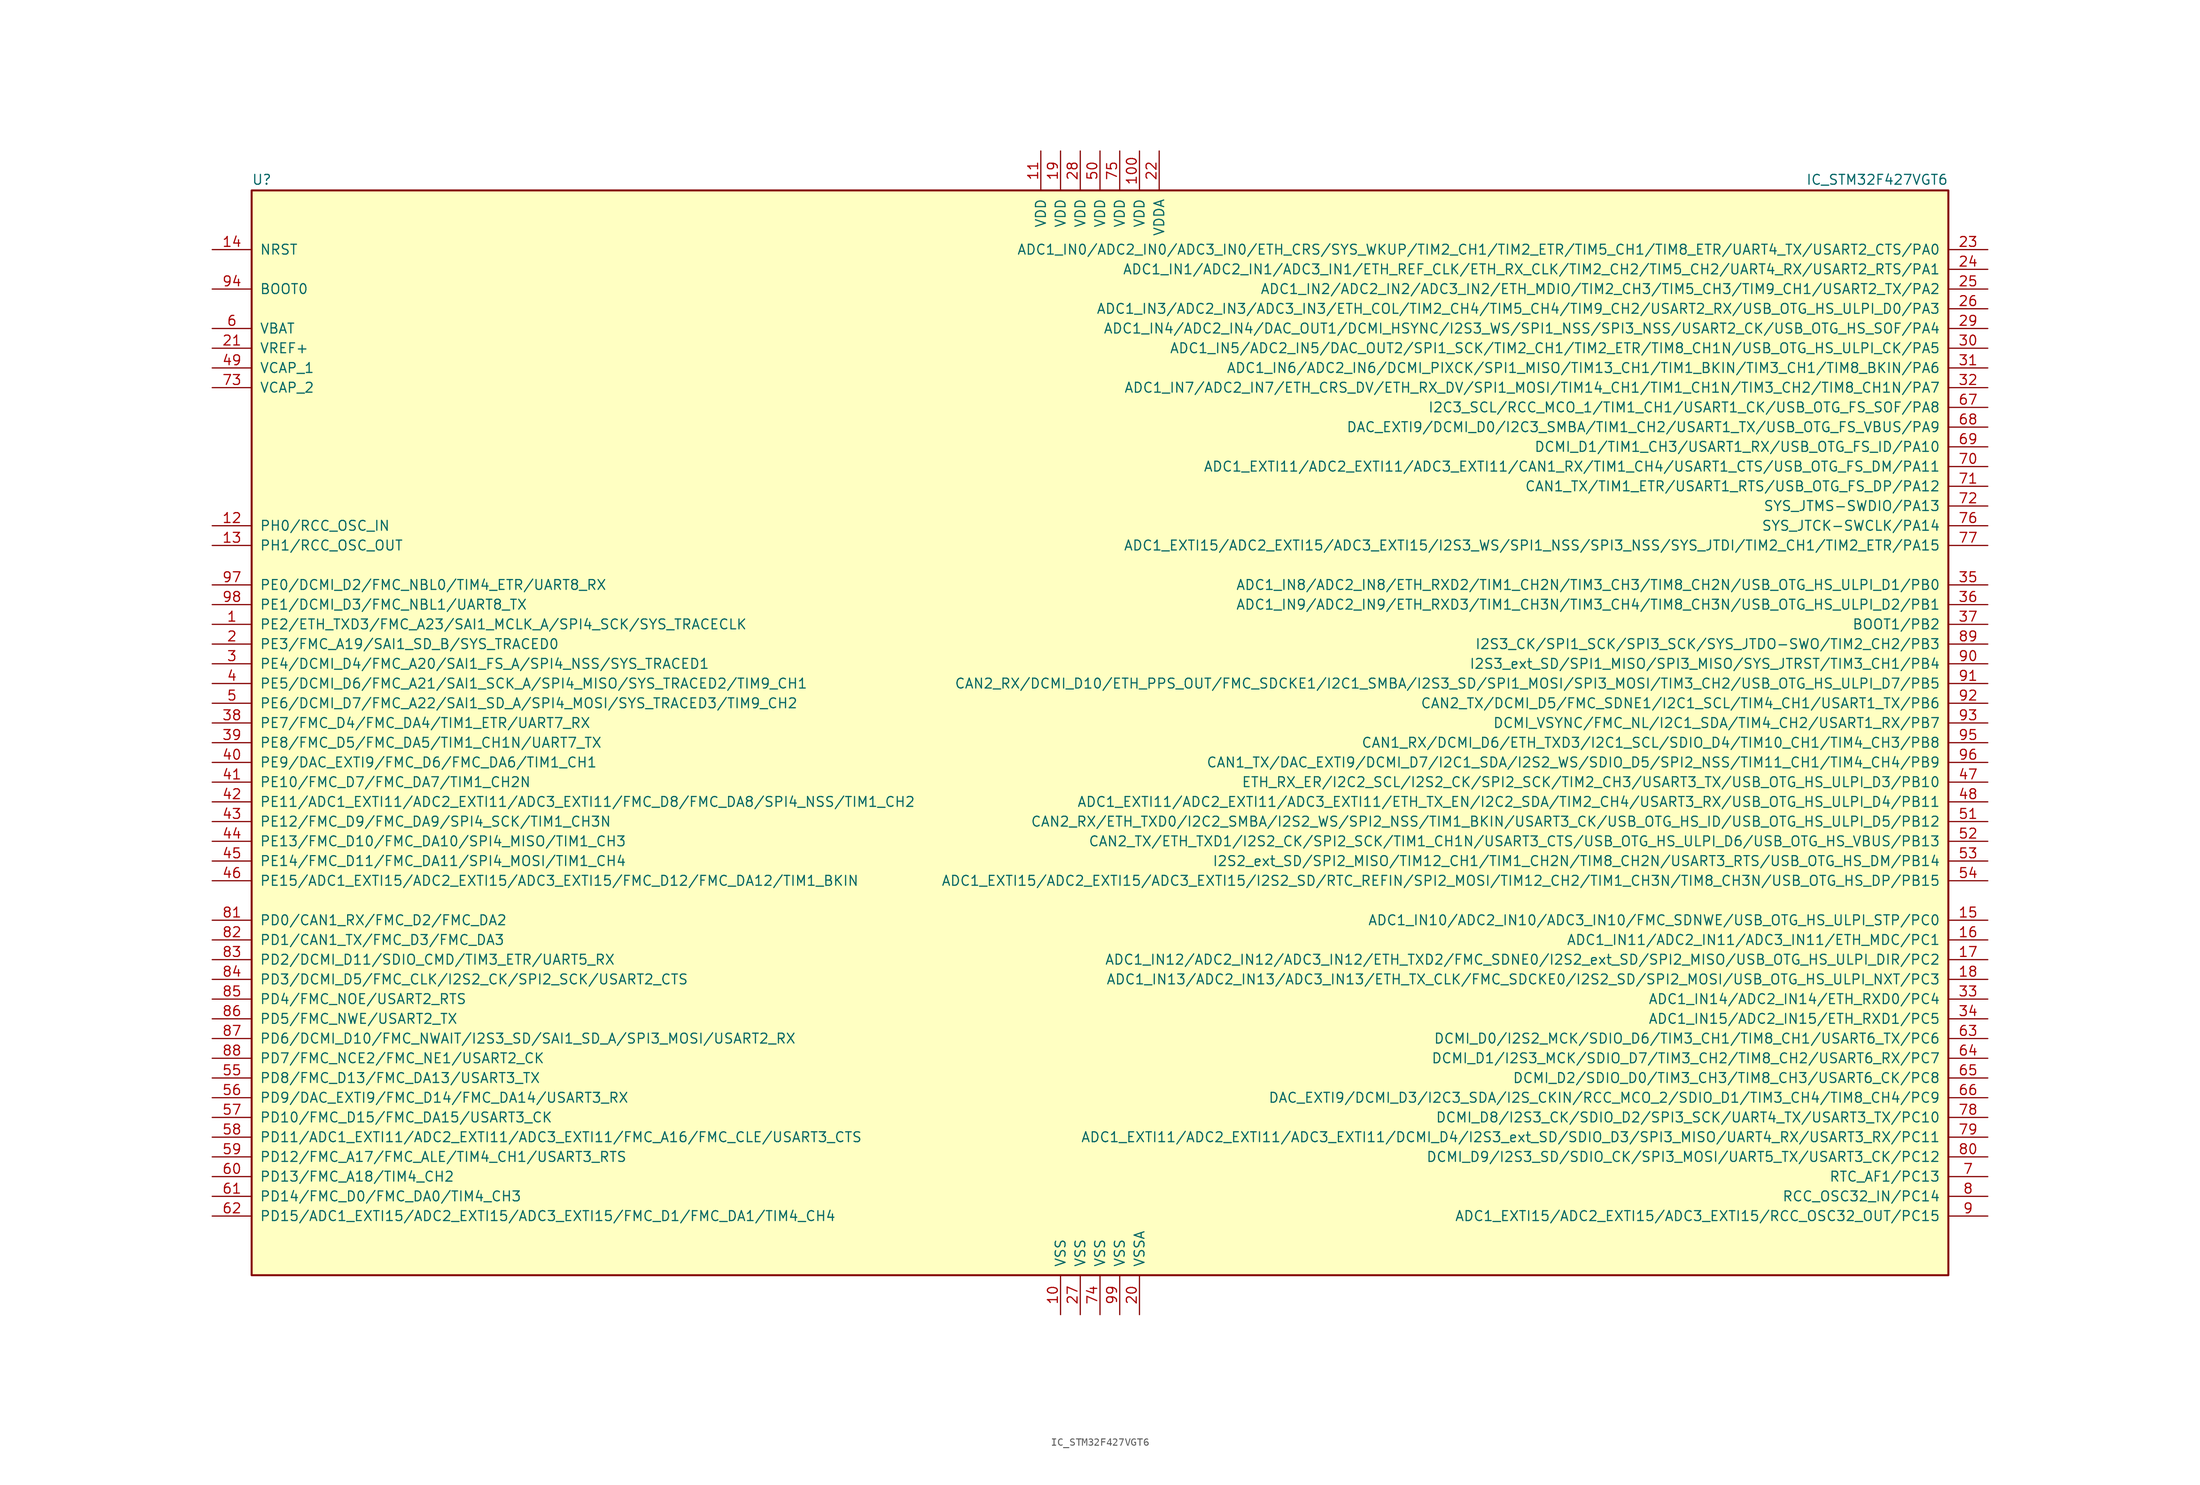
<source format=kicad_sym>
(kicad_symbol_lib
  (version 20211014)
  (generator kicad_symbol_editor)
  (symbol "IC_STM32F427VGT6"
    (pin_names
      (offset 1.016))
    (property "Reference" "U"
      (at -109.22 71.755 0)
      (effects (font (size 1.27 1.27)) (justify left bottom)))
    (property "Value" "IC_STM32F427VGT6"
      (at 109.22 71.755 0)
      (effects (font (size 1.27 1.27)) (justify right bottom)))
    (symbol "IC_STM32F427VGT6_0_1"
      (rectangle (start -109.22 -68.58) (end 109.22 71.12) (stroke (width 0.254) (type default) (color 0 0 0 0)) (fill (type background))))
    (symbol "IC_STM32F427VGT6_1_1"
      (pin bidirectional line (at -114.3 15.24 0) (length 5.08) (name "PE2/ETH_TXD3/FMC_A23/SAI1_MCLK_A/SPI4_SCK/SYS_TRACECLK" (effects (font (size 1.27 1.27)))) (number "1" (effects (font (size 1.27 1.27)))))
      (pin power_in line (at -5.08 -73.66 90) (length 5.08) (name "VSS" (effects (font (size 1.27 1.27)))) (number "10" (effects (font (size 1.27 1.27)))))
      (pin power_in line (at 5.08 76.2 270) (length 5.08) (name "VDD" (effects (font (size 1.27 1.27)))) (number "100" (effects (font (size 1.27 1.27)))))
      (pin power_in line (at -7.62 76.2 270) (length 5.08) (name "VDD" (effects (font (size 1.27 1.27)))) (number "11" (effects (font (size 1.27 1.27)))))
      (pin input line (at -114.3 27.94 0) (length 5.08) (name "PH0/RCC_OSC_IN" (effects (font (size 1.27 1.27)))) (number "12" (effects (font (size 1.27 1.27)))))
      (pin input line (at -114.3 25.4 0) (length 5.08) (name "PH1/RCC_OSC_OUT" (effects (font (size 1.27 1.27)))) (number "13" (effects (font (size 1.27 1.27)))))
      (pin input line (at -114.3 63.5 0) (length 5.08) (name "NRST" (effects (font (size 1.27 1.27)))) (number "14" (effects (font (size 1.27 1.27)))))
      (pin bidirectional line (at 114.3 -22.86 180) (length 5.08) (name "ADC1_IN10/ADC2_IN10/ADC3_IN10/FMC_SDNWE/USB_OTG_HS_ULPI_STP/PC0" (effects (font (size 1.27 1.27)))) (number "15" (effects (font (size 1.27 1.27)))))
      (pin bidirectional line (at 114.3 -25.4 180) (length 5.08) (name "ADC1_IN11/ADC2_IN11/ADC3_IN11/ETH_MDC/PC1" (effects (font (size 1.27 1.27)))) (number "16" (effects (font (size 1.27 1.27)))))
      (pin bidirectional line (at 114.3 -27.94 180) (length 5.08) (name "ADC1_IN12/ADC2_IN12/ADC3_IN12/ETH_TXD2/FMC_SDNE0/I2S2_ext_SD/SPI2_MISO/USB_OTG_HS_ULPI_DIR/PC2" (effects (font (size 1.27 1.27)))) (number "17" (effects (font (size 1.27 1.27)))))
      (pin bidirectional line (at 114.3 -30.48 180) (length 5.08) (name "ADC1_IN13/ADC2_IN13/ADC3_IN13/ETH_TX_CLK/FMC_SDCKE0/I2S2_SD/SPI2_MOSI/USB_OTG_HS_ULPI_NXT/PC3" (effects (font (size 1.27 1.27)))) (number "18" (effects (font (size 1.27 1.27)))))
      (pin power_in line (at -5.08 76.2 270) (length 5.08) (name "VDD" (effects (font (size 1.27 1.27)))) (number "19" (effects (font (size 1.27 1.27)))))
      (pin bidirectional line (at -114.3 12.7 0) (length 5.08) (name "PE3/FMC_A19/SAI1_SD_B/SYS_TRACED0" (effects (font (size 1.27 1.27)))) (number "2" (effects (font (size 1.27 1.27)))))
      (pin power_in line (at 5.08 -73.66 90) (length 5.08) (name "VSSA" (effects (font (size 1.27 1.27)))) (number "20" (effects (font (size 1.27 1.27)))))
      (pin power_in line (at -114.3 50.8 0) (length 5.08) (name "VREF+" (effects (font (size 1.27 1.27)))) (number "21" (effects (font (size 1.27 1.27)))))
      (pin power_in line (at 7.62 76.2 270) (length 5.08) (name "VDDA" (effects (font (size 1.27 1.27)))) (number "22" (effects (font (size 1.27 1.27)))))
      (pin bidirectional line (at 114.3 63.5 180) (length 5.08) (name "ADC1_IN0/ADC2_IN0/ADC3_IN0/ETH_CRS/SYS_WKUP/TIM2_CH1/TIM2_ETR/TIM5_CH1/TIM8_ETR/UART4_TX/USART2_CTS/PA0" (effects (font (size 1.27 1.27)))) (number "23" (effects (font (size 1.27 1.27)))))
      (pin bidirectional line (at 114.3 60.96 180) (length 5.08) (name "ADC1_IN1/ADC2_IN1/ADC3_IN1/ETH_REF_CLK/ETH_RX_CLK/TIM2_CH2/TIM5_CH2/UART4_RX/USART2_RTS/PA1" (effects (font (size 1.27 1.27)))) (number "24" (effects (font (size 1.27 1.27)))))
      (pin bidirectional line (at 114.3 58.42 180) (length 5.08) (name "ADC1_IN2/ADC2_IN2/ADC3_IN2/ETH_MDIO/TIM2_CH3/TIM5_CH3/TIM9_CH1/USART2_TX/PA2" (effects (font (size 1.27 1.27)))) (number "25" (effects (font (size 1.27 1.27)))))
      (pin bidirectional line (at 114.3 55.88 180) (length 5.08) (name "ADC1_IN3/ADC2_IN3/ADC3_IN3/ETH_COL/TIM2_CH4/TIM5_CH4/TIM9_CH2/USART2_RX/USB_OTG_HS_ULPI_D0/PA3" (effects (font (size 1.27 1.27)))) (number "26" (effects (font (size 1.27 1.27)))))
      (pin power_in line (at -2.54 -73.66 90) (length 5.08) (name "VSS" (effects (font (size 1.27 1.27)))) (number "27" (effects (font (size 1.27 1.27)))))
      (pin power_in line (at -2.54 76.2 270) (length 5.08) (name "VDD" (effects (font (size 1.27 1.27)))) (number "28" (effects (font (size 1.27 1.27)))))
      (pin bidirectional line (at 114.3 53.34 180) (length 5.08) (name "ADC1_IN4/ADC2_IN4/DAC_OUT1/DCMI_HSYNC/I2S3_WS/SPI1_NSS/SPI3_NSS/USART2_CK/USB_OTG_HS_SOF/PA4" (effects (font (size 1.27 1.27)))) (number "29" (effects (font (size 1.27 1.27)))))
      (pin bidirectional line (at -114.3 10.16 0) (length 5.08) (name "PE4/DCMI_D4/FMC_A20/SAI1_FS_A/SPI4_NSS/SYS_TRACED1" (effects (font (size 1.27 1.27)))) (number "3" (effects (font (size 1.27 1.27)))))
      (pin bidirectional line (at 114.3 50.8 180) (length 5.08) (name "ADC1_IN5/ADC2_IN5/DAC_OUT2/SPI1_SCK/TIM2_CH1/TIM2_ETR/TIM8_CH1N/USB_OTG_HS_ULPI_CK/PA5" (effects (font (size 1.27 1.27)))) (number "30" (effects (font (size 1.27 1.27)))))
      (pin bidirectional line (at 114.3 48.26 180) (length 5.08) (name "ADC1_IN6/ADC2_IN6/DCMI_PIXCK/SPI1_MISO/TIM13_CH1/TIM1_BKIN/TIM3_CH1/TIM8_BKIN/PA6" (effects (font (size 1.27 1.27)))) (number "31" (effects (font (size 1.27 1.27)))))
      (pin bidirectional line (at 114.3 45.72 180) (length 5.08) (name "ADC1_IN7/ADC2_IN7/ETH_CRS_DV/ETH_RX_DV/SPI1_MOSI/TIM14_CH1/TIM1_CH1N/TIM3_CH2/TIM8_CH1N/PA7" (effects (font (size 1.27 1.27)))) (number "32" (effects (font (size 1.27 1.27)))))
      (pin bidirectional line (at 114.3 -33.02 180) (length 5.08) (name "ADC1_IN14/ADC2_IN14/ETH_RXD0/PC4" (effects (font (size 1.27 1.27)))) (number "33" (effects (font (size 1.27 1.27)))))
      (pin bidirectional line (at 114.3 -35.56 180) (length 5.08) (name "ADC1_IN15/ADC2_IN15/ETH_RXD1/PC5" (effects (font (size 1.27 1.27)))) (number "34" (effects (font (size 1.27 1.27)))))
      (pin bidirectional line (at 114.3 20.32 180) (length 5.08) (name "ADC1_IN8/ADC2_IN8/ETH_RXD2/TIM1_CH2N/TIM3_CH3/TIM8_CH2N/USB_OTG_HS_ULPI_D1/PB0" (effects (font (size 1.27 1.27)))) (number "35" (effects (font (size 1.27 1.27)))))
      (pin bidirectional line (at 114.3 17.78 180) (length 5.08) (name "ADC1_IN9/ADC2_IN9/ETH_RXD3/TIM1_CH3N/TIM3_CH4/TIM8_CH3N/USB_OTG_HS_ULPI_D2/PB1" (effects (font (size 1.27 1.27)))) (number "36" (effects (font (size 1.27 1.27)))))
      (pin bidirectional line (at 114.3 15.24 180) (length 5.08) (name "BOOT1/PB2" (effects (font (size 1.27 1.27)))) (number "37" (effects (font (size 1.27 1.27)))))
      (pin bidirectional line (at -114.3 2.54 0) (length 5.08) (name "PE7/FMC_D4/FMC_DA4/TIM1_ETR/UART7_RX" (effects (font (size 1.27 1.27)))) (number "38" (effects (font (size 1.27 1.27)))))
      (pin bidirectional line (at -114.3 0 0) (length 5.08) (name "PE8/FMC_D5/FMC_DA5/TIM1_CH1N/UART7_TX" (effects (font (size 1.27 1.27)))) (number "39" (effects (font (size 1.27 1.27)))))
      (pin bidirectional line (at -114.3 7.62 0) (length 5.08) (name "PE5/DCMI_D6/FMC_A21/SAI1_SCK_A/SPI4_MISO/SYS_TRACED2/TIM9_CH1" (effects (font (size 1.27 1.27)))) (number "4" (effects (font (size 1.27 1.27)))))
      (pin bidirectional line (at -114.3 -2.54 0) (length 5.08) (name "PE9/DAC_EXTI9/FMC_D6/FMC_DA6/TIM1_CH1" (effects (font (size 1.27 1.27)))) (number "40" (effects (font (size 1.27 1.27)))))
      (pin bidirectional line (at -114.3 -5.08 0) (length 5.08) (name "PE10/FMC_D7/FMC_DA7/TIM1_CH2N" (effects (font (size 1.27 1.27)))) (number "41" (effects (font (size 1.27 1.27)))))
      (pin bidirectional line (at -114.3 -7.62 0) (length 5.08) (name "PE11/ADC1_EXTI11/ADC2_EXTI11/ADC3_EXTI11/FMC_D8/FMC_DA8/SPI4_NSS/TIM1_CH2" (effects (font (size 1.27 1.27)))) (number "42" (effects (font (size 1.27 1.27)))))
      (pin bidirectional line (at -114.3 -10.16 0) (length 5.08) (name "PE12/FMC_D9/FMC_DA9/SPI4_SCK/TIM1_CH3N" (effects (font (size 1.27 1.27)))) (number "43" (effects (font (size 1.27 1.27)))))
      (pin bidirectional line (at -114.3 -12.7 0) (length 5.08) (name "PE13/FMC_D10/FMC_DA10/SPI4_MISO/TIM1_CH3" (effects (font (size 1.27 1.27)))) (number "44" (effects (font (size 1.27 1.27)))))
      (pin bidirectional line (at -114.3 -15.24 0) (length 5.08) (name "PE14/FMC_D11/FMC_DA11/SPI4_MOSI/TIM1_CH4" (effects (font (size 1.27 1.27)))) (number "45" (effects (font (size 1.27 1.27)))))
      (pin bidirectional line (at -114.3 -17.78 0) (length 5.08) (name "PE15/ADC1_EXTI15/ADC2_EXTI15/ADC3_EXTI15/FMC_D12/FMC_DA12/TIM1_BKIN" (effects (font (size 1.27 1.27)))) (number "46" (effects (font (size 1.27 1.27)))))
      (pin bidirectional line (at 114.3 -5.08 180) (length 5.08) (name "ETH_RX_ER/I2C2_SCL/I2S2_CK/SPI2_SCK/TIM2_CH3/USART3_TX/USB_OTG_HS_ULPI_D3/PB10" (effects (font (size 1.27 1.27)))) (number "47" (effects (font (size 1.27 1.27)))))
      (pin bidirectional line (at 114.3 -7.62 180) (length 5.08) (name "ADC1_EXTI11/ADC2_EXTI11/ADC3_EXTI11/ETH_TX_EN/I2C2_SDA/TIM2_CH4/USART3_RX/USB_OTG_HS_ULPI_D4/PB11" (effects (font (size 1.27 1.27)))) (number "48" (effects (font (size 1.27 1.27)))))
      (pin power_in line (at -114.3 48.26 0) (length 5.08) (name "VCAP_1" (effects (font (size 1.27 1.27)))) (number "49" (effects (font (size 1.27 1.27)))))
      (pin bidirectional line (at -114.3 5.08 0) (length 5.08) (name "PE6/DCMI_D7/FMC_A22/SAI1_SD_A/SPI4_MOSI/SYS_TRACED3/TIM9_CH2" (effects (font (size 1.27 1.27)))) (number "5" (effects (font (size 1.27 1.27)))))
      (pin power_in line (at 0 76.2 270) (length 5.08) (name "VDD" (effects (font (size 1.27 1.27)))) (number "50" (effects (font (size 1.27 1.27)))))
      (pin bidirectional line (at 114.3 -10.16 180) (length 5.08) (name "CAN2_RX/ETH_TXD0/I2C2_SMBA/I2S2_WS/SPI2_NSS/TIM1_BKIN/USART3_CK/USB_OTG_HS_ID/USB_OTG_HS_ULPI_D5/PB12" (effects (font (size 1.27 1.27)))) (number "51" (effects (font (size 1.27 1.27)))))
      (pin bidirectional line (at 114.3 -12.7 180) (length 5.08) (name "CAN2_TX/ETH_TXD1/I2S2_CK/SPI2_SCK/TIM1_CH1N/USART3_CTS/USB_OTG_HS_ULPI_D6/USB_OTG_HS_VBUS/PB13" (effects (font (size 1.27 1.27)))) (number "52" (effects (font (size 1.27 1.27)))))
      (pin bidirectional line (at 114.3 -15.24 180) (length 5.08) (name "I2S2_ext_SD/SPI2_MISO/TIM12_CH1/TIM1_CH2N/TIM8_CH2N/USART3_RTS/USB_OTG_HS_DM/PB14" (effects (font (size 1.27 1.27)))) (number "53" (effects (font (size 1.27 1.27)))))
      (pin bidirectional line (at 114.3 -17.78 180) (length 5.08) (name "ADC1_EXTI15/ADC2_EXTI15/ADC3_EXTI15/I2S2_SD/RTC_REFIN/SPI2_MOSI/TIM12_CH2/TIM1_CH3N/TIM8_CH3N/USB_OTG_HS_DP/PB15" (effects (font (size 1.27 1.27)))) (number "54" (effects (font (size 1.27 1.27)))))
      (pin bidirectional line (at -114.3 -43.18 0) (length 5.08) (name "PD8/FMC_D13/FMC_DA13/USART3_TX" (effects (font (size 1.27 1.27)))) (number "55" (effects (font (size 1.27 1.27)))))
      (pin bidirectional line (at -114.3 -45.72 0) (length 5.08) (name "PD9/DAC_EXTI9/FMC_D14/FMC_DA14/USART3_RX" (effects (font (size 1.27 1.27)))) (number "56" (effects (font (size 1.27 1.27)))))
      (pin bidirectional line (at -114.3 -48.26 0) (length 5.08) (name "PD10/FMC_D15/FMC_DA15/USART3_CK" (effects (font (size 1.27 1.27)))) (number "57" (effects (font (size 1.27 1.27)))))
      (pin bidirectional line (at -114.3 -50.8 0) (length 5.08) (name "PD11/ADC1_EXTI11/ADC2_EXTI11/ADC3_EXTI11/FMC_A16/FMC_CLE/USART3_CTS" (effects (font (size 1.27 1.27)))) (number "58" (effects (font (size 1.27 1.27)))))
      (pin bidirectional line (at -114.3 -53.34 0) (length 5.08) (name "PD12/FMC_A17/FMC_ALE/TIM4_CH1/USART3_RTS" (effects (font (size 1.27 1.27)))) (number "59" (effects (font (size 1.27 1.27)))))
      (pin power_in line (at -114.3 53.34 0) (length 5.08) (name "VBAT" (effects (font (size 1.27 1.27)))) (number "6" (effects (font (size 1.27 1.27)))))
      (pin bidirectional line (at -114.3 -55.88 0) (length 5.08) (name "PD13/FMC_A18/TIM4_CH2" (effects (font (size 1.27 1.27)))) (number "60" (effects (font (size 1.27 1.27)))))
      (pin bidirectional line (at -114.3 -58.42 0) (length 5.08) (name "PD14/FMC_D0/FMC_DA0/TIM4_CH3" (effects (font (size 1.27 1.27)))) (number "61" (effects (font (size 1.27 1.27)))))
      (pin bidirectional line (at -114.3 -60.96 0) (length 5.08) (name "PD15/ADC1_EXTI15/ADC2_EXTI15/ADC3_EXTI15/FMC_D1/FMC_DA1/TIM4_CH4" (effects (font (size 1.27 1.27)))) (number "62" (effects (font (size 1.27 1.27)))))
      (pin bidirectional line (at 114.3 -38.1 180) (length 5.08) (name "DCMI_D0/I2S2_MCK/SDIO_D6/TIM3_CH1/TIM8_CH1/USART6_TX/PC6" (effects (font (size 1.27 1.27)))) (number "63" (effects (font (size 1.27 1.27)))))
      (pin bidirectional line (at 114.3 -40.64 180) (length 5.08) (name "DCMI_D1/I2S3_MCK/SDIO_D7/TIM3_CH2/TIM8_CH2/USART6_RX/PC7" (effects (font (size 1.27 1.27)))) (number "64" (effects (font (size 1.27 1.27)))))
      (pin bidirectional line (at 114.3 -43.18 180) (length 5.08) (name "DCMI_D2/SDIO_D0/TIM3_CH3/TIM8_CH3/USART6_CK/PC8" (effects (font (size 1.27 1.27)))) (number "65" (effects (font (size 1.27 1.27)))))
      (pin bidirectional line (at 114.3 -45.72 180) (length 5.08) (name "DAC_EXTI9/DCMI_D3/I2C3_SDA/I2S_CKIN/RCC_MCO_2/SDIO_D1/TIM3_CH4/TIM8_CH4/PC9" (effects (font (size 1.27 1.27)))) (number "66" (effects (font (size 1.27 1.27)))))
      (pin bidirectional line (at 114.3 43.18 180) (length 5.08) (name "I2C3_SCL/RCC_MCO_1/TIM1_CH1/USART1_CK/USB_OTG_FS_SOF/PA8" (effects (font (size 1.27 1.27)))) (number "67" (effects (font (size 1.27 1.27)))))
      (pin bidirectional line (at 114.3 40.64 180) (length 5.08) (name "DAC_EXTI9/DCMI_D0/I2C3_SMBA/TIM1_CH2/USART1_TX/USB_OTG_FS_VBUS/PA9" (effects (font (size 1.27 1.27)))) (number "68" (effects (font (size 1.27 1.27)))))
      (pin bidirectional line (at 114.3 38.1 180) (length 5.08) (name "DCMI_D1/TIM1_CH3/USART1_RX/USB_OTG_FS_ID/PA10" (effects (font (size 1.27 1.27)))) (number "69" (effects (font (size 1.27 1.27)))))
      (pin bidirectional line (at 114.3 -55.88 180) (length 5.08) (name "RTC_AF1/PC13" (effects (font (size 1.27 1.27)))) (number "7" (effects (font (size 1.27 1.27)))))
      (pin bidirectional line (at 114.3 35.56 180) (length 5.08) (name "ADC1_EXTI11/ADC2_EXTI11/ADC3_EXTI11/CAN1_RX/TIM1_CH4/USART1_CTS/USB_OTG_FS_DM/PA11" (effects (font (size 1.27 1.27)))) (number "70" (effects (font (size 1.27 1.27)))))
      (pin bidirectional line (at 114.3 33.02 180) (length 5.08) (name "CAN1_TX/TIM1_ETR/USART1_RTS/USB_OTG_FS_DP/PA12" (effects (font (size 1.27 1.27)))) (number "71" (effects (font (size 1.27 1.27)))))
      (pin bidirectional line (at 114.3 30.48 180) (length 5.08) (name "SYS_JTMS-SWDIO/PA13" (effects (font (size 1.27 1.27)))) (number "72" (effects (font (size 1.27 1.27)))))
      (pin power_in line (at -114.3 45.72 0) (length 5.08) (name "VCAP_2" (effects (font (size 1.27 1.27)))) (number "73" (effects (font (size 1.27 1.27)))))
      (pin power_in line (at 0 -73.66 90) (length 5.08) (name "VSS" (effects (font (size 1.27 1.27)))) (number "74" (effects (font (size 1.27 1.27)))))
      (pin power_in line (at 2.54 76.2 270) (length 5.08) (name "VDD" (effects (font (size 1.27 1.27)))) (number "75" (effects (font (size 1.27 1.27)))))
      (pin bidirectional line (at 114.3 27.94 180) (length 5.08) (name "SYS_JTCK-SWCLK/PA14" (effects (font (size 1.27 1.27)))) (number "76" (effects (font (size 1.27 1.27)))))
      (pin bidirectional line (at 114.3 25.4 180) (length 5.08) (name "ADC1_EXTI15/ADC2_EXTI15/ADC3_EXTI15/I2S3_WS/SPI1_NSS/SPI3_NSS/SYS_JTDI/TIM2_CH1/TIM2_ETR/PA15" (effects (font (size 1.27 1.27)))) (number "77" (effects (font (size 1.27 1.27)))))
      (pin bidirectional line (at 114.3 -48.26 180) (length 5.08) (name "DCMI_D8/I2S3_CK/SDIO_D2/SPI3_SCK/UART4_TX/USART3_TX/PC10" (effects (font (size 1.27 1.27)))) (number "78" (effects (font (size 1.27 1.27)))))
      (pin bidirectional line (at 114.3 -50.8 180) (length 5.08) (name "ADC1_EXTI11/ADC2_EXTI11/ADC3_EXTI11/DCMI_D4/I2S3_ext_SD/SDIO_D3/SPI3_MISO/UART4_RX/USART3_RX/PC11" (effects (font (size 1.27 1.27)))) (number "79" (effects (font (size 1.27 1.27)))))
      (pin bidirectional line (at 114.3 -58.42 180) (length 5.08) (name "RCC_OSC32_IN/PC14" (effects (font (size 1.27 1.27)))) (number "8" (effects (font (size 1.27 1.27)))))
      (pin bidirectional line (at 114.3 -53.34 180) (length 5.08) (name "DCMI_D9/I2S3_SD/SDIO_CK/SPI3_MOSI/UART5_TX/USART3_CK/PC12" (effects (font (size 1.27 1.27)))) (number "80" (effects (font (size 1.27 1.27)))))
      (pin bidirectional line (at -114.3 -22.86 0) (length 5.08) (name "PD0/CAN1_RX/FMC_D2/FMC_DA2" (effects (font (size 1.27 1.27)))) (number "81" (effects (font (size 1.27 1.27)))))
      (pin bidirectional line (at -114.3 -25.4 0) (length 5.08) (name "PD1/CAN1_TX/FMC_D3/FMC_DA3" (effects (font (size 1.27 1.27)))) (number "82" (effects (font (size 1.27 1.27)))))
      (pin bidirectional line (at -114.3 -27.94 0) (length 5.08) (name "PD2/DCMI_D11/SDIO_CMD/TIM3_ETR/UART5_RX" (effects (font (size 1.27 1.27)))) (number "83" (effects (font (size 1.27 1.27)))))
      (pin bidirectional line (at -114.3 -30.48 0) (length 5.08) (name "PD3/DCMI_D5/FMC_CLK/I2S2_CK/SPI2_SCK/USART2_CTS" (effects (font (size 1.27 1.27)))) (number "84" (effects (font (size 1.27 1.27)))))
      (pin bidirectional line (at -114.3 -33.02 0) (length 5.08) (name "PD4/FMC_NOE/USART2_RTS" (effects (font (size 1.27 1.27)))) (number "85" (effects (font (size 1.27 1.27)))))
      (pin bidirectional line (at -114.3 -35.56 0) (length 5.08) (name "PD5/FMC_NWE/USART2_TX" (effects (font (size 1.27 1.27)))) (number "86" (effects (font (size 1.27 1.27)))))
      (pin bidirectional line (at -114.3 -38.1 0) (length 5.08) (name "PD6/DCMI_D10/FMC_NWAIT/I2S3_SD/SAI1_SD_A/SPI3_MOSI/USART2_RX" (effects (font (size 1.27 1.27)))) (number "87" (effects (font (size 1.27 1.27)))))
      (pin bidirectional line (at -114.3 -40.64 0) (length 5.08) (name "PD7/FMC_NCE2/FMC_NE1/USART2_CK" (effects (font (size 1.27 1.27)))) (number "88" (effects (font (size 1.27 1.27)))))
      (pin bidirectional line (at 114.3 12.7 180) (length 5.08) (name "I2S3_CK/SPI1_SCK/SPI3_SCK/SYS_JTDO-SWO/TIM2_CH2/PB3" (effects (font (size 1.27 1.27)))) (number "89" (effects (font (size 1.27 1.27)))))
      (pin bidirectional line (at 114.3 -60.96 180) (length 5.08) (name "ADC1_EXTI15/ADC2_EXTI15/ADC3_EXTI15/RCC_OSC32_OUT/PC15" (effects (font (size 1.27 1.27)))) (number "9" (effects (font (size 1.27 1.27)))))
      (pin bidirectional line (at 114.3 10.16 180) (length 5.08) (name "I2S3_ext_SD/SPI1_MISO/SPI3_MISO/SYS_JTRST/TIM3_CH1/PB4" (effects (font (size 1.27 1.27)))) (number "90" (effects (font (size 1.27 1.27)))))
      (pin bidirectional line (at 114.3 7.62 180) (length 5.08) (name "CAN2_RX/DCMI_D10/ETH_PPS_OUT/FMC_SDCKE1/I2C1_SMBA/I2S3_SD/SPI1_MOSI/SPI3_MOSI/TIM3_CH2/USB_OTG_HS_ULPI_D7/PB5" (effects (font (size 1.27 1.27)))) (number "91" (effects (font (size 1.27 1.27)))))
      (pin bidirectional line (at 114.3 5.08 180) (length 5.08) (name "CAN2_TX/DCMI_D5/FMC_SDNE1/I2C1_SCL/TIM4_CH1/USART1_TX/PB6" (effects (font (size 1.27 1.27)))) (number "92" (effects (font (size 1.27 1.27)))))
      (pin bidirectional line (at 114.3 2.54 180) (length 5.08) (name "DCMI_VSYNC/FMC_NL/I2C1_SDA/TIM4_CH2/USART1_RX/PB7" (effects (font (size 1.27 1.27)))) (number "93" (effects (font (size 1.27 1.27)))))
      (pin input line (at -114.3 58.42 0) (length 5.08) (name "BOOT0" (effects (font (size 1.27 1.27)))) (number "94" (effects (font (size 1.27 1.27)))))
      (pin bidirectional line (at 114.3 0 180) (length 5.08) (name "CAN1_RX/DCMI_D6/ETH_TXD3/I2C1_SCL/SDIO_D4/TIM10_CH1/TIM4_CH3/PB8" (effects (font (size 1.27 1.27)))) (number "95" (effects (font (size 1.27 1.27)))))
      (pin bidirectional line (at 114.3 -2.54 180) (length 5.08) (name "CAN1_TX/DAC_EXTI9/DCMI_D7/I2C1_SDA/I2S2_WS/SDIO_D5/SPI2_NSS/TIM11_CH1/TIM4_CH4/PB9" (effects (font (size 1.27 1.27)))) (number "96" (effects (font (size 1.27 1.27)))))
      (pin bidirectional line (at -114.3 20.32 0) (length 5.08) (name "PE0/DCMI_D2/FMC_NBL0/TIM4_ETR/UART8_RX" (effects (font (size 1.27 1.27)))) (number "97" (effects (font (size 1.27 1.27)))))
      (pin bidirectional line (at -114.3 17.78 0) (length 5.08) (name "PE1/DCMI_D3/FMC_NBL1/UART8_TX" (effects (font (size 1.27 1.27)))) (number "98" (effects (font (size 1.27 1.27)))))
      (pin power_in line (at 2.54 -73.66 90) (length 5.08) (name "VSS" (effects (font (size 1.27 1.27)))) (number "99" (effects (font (size 1.27 1.27))))))))
</source>
